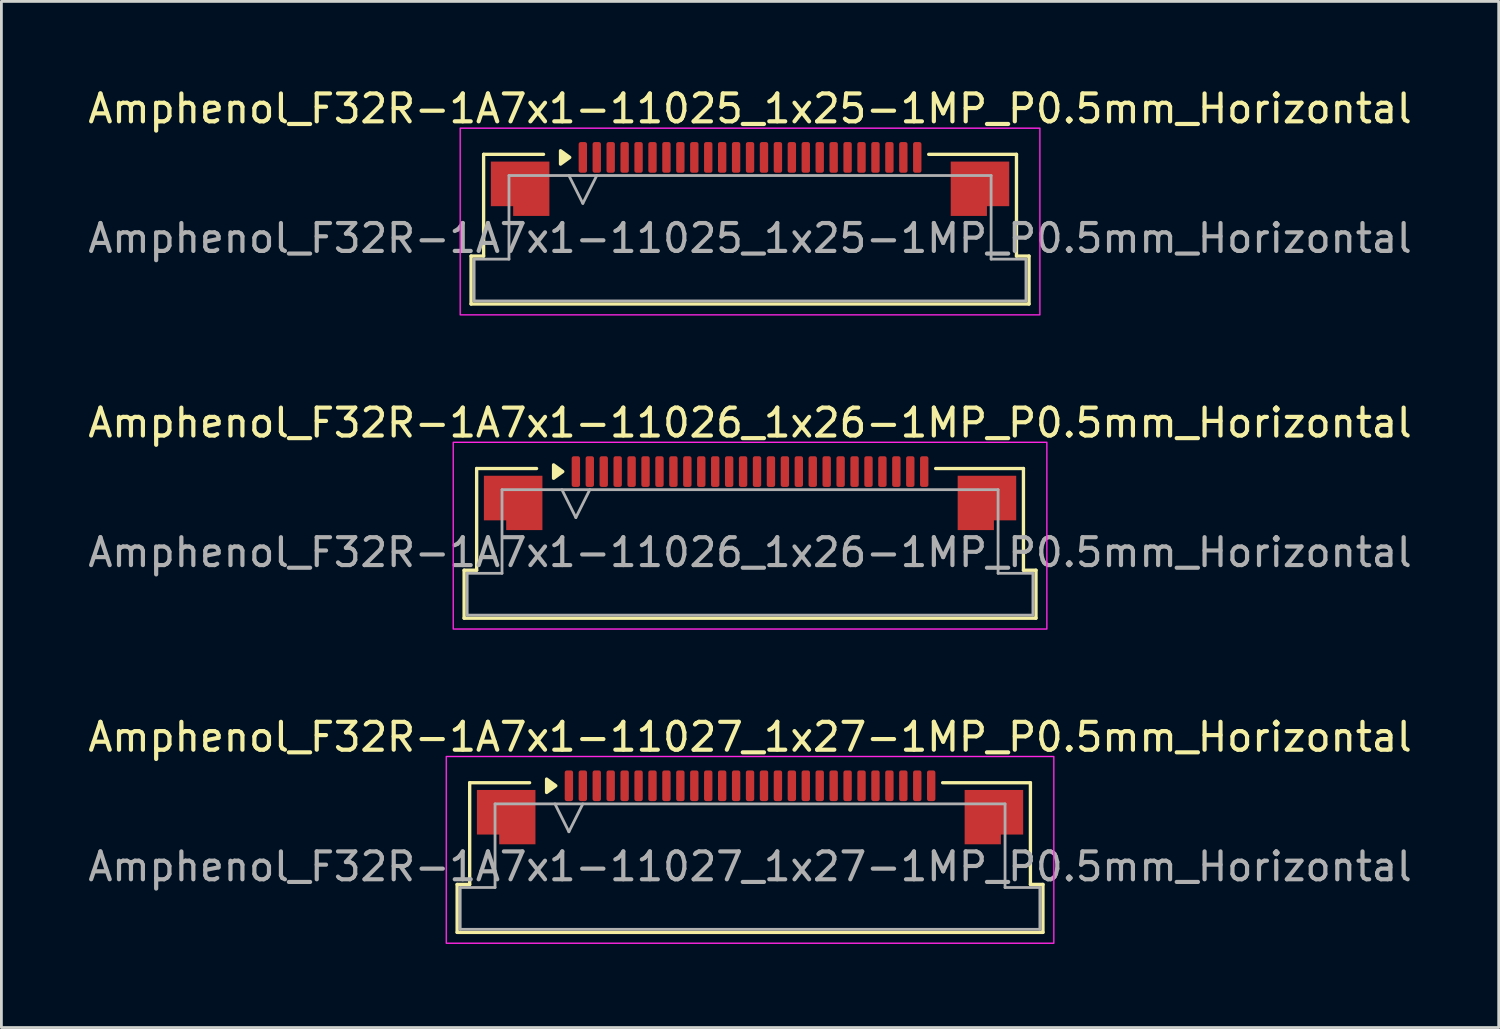
<source format=kicad_pcb>
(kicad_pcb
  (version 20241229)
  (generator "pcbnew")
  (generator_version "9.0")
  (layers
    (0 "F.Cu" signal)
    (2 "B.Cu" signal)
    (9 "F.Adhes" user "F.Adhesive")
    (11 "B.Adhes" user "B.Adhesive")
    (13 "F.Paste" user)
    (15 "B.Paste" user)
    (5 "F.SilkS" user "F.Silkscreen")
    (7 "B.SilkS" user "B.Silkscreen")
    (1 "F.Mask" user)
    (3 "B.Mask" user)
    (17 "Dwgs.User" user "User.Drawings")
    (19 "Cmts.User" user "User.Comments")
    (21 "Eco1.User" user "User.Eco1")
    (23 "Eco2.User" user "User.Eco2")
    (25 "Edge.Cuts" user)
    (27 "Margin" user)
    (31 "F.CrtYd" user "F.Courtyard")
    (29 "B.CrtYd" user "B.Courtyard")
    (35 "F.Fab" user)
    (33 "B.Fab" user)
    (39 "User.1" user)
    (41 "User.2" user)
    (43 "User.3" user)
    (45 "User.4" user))
  (footprint "Amphenol_F32R-1A7x1-11027_1x27-1MP_P0.5mm_Horizontal"
    (layer "F.Cu")
    (at 23.863 28.045)
    (property "Reference" "Amphenol_F32R-1A7x1-11027_1x27-1MP_P0.5mm_Horizontal" (at 0 -4.65 0) (layer "F.SilkS") (effects (font (size 1 1) (thickness 0.15))))
    (attr smd)
    (fp_line (start -10.51 0.64) (end -10.06 0.64) (stroke (width 0.12) (type solid)) (layer "F.SilkS"))
    (fp_line (start -10.51 2.36) (end -10.51 0.64) (stroke (width 0.12) (type solid)) (layer "F.SilkS"))
    (fp_line (start -10.06 -3.01) (end -7.91 -3.01) (stroke (width 0.12) (type solid)) (layer "F.SilkS"))
    (fp_line (start -10.06 0.64) (end -10.06 -3.01) (stroke (width 0.12) (type solid)) (layer "F.SilkS"))
    (fp_line (start 6.91 -3.01) (end 10.06 -3.01) (stroke (width 0.12) (type solid)) (layer "F.SilkS"))
    (fp_line (start 10.06 -3.01) (end 10.06 0.64) (stroke (width 0.12) (type solid)) (layer "F.SilkS"))
    (fp_line (start 10.06 0.64) (end 10.51 0.64) (stroke (width 0.12) (type solid)) (layer "F.SilkS"))
    (fp_line (start 10.51 0.64) (end 10.51 2.36) (stroke (width 0.12) (type solid)) (layer "F.SilkS"))
    (fp_line (start 10.51 2.36) (end -10.51 2.36) (stroke (width 0.12) (type solid)) (layer "F.SilkS"))
    (fp_poly (pts (xy -6.97 -2.9) (xy -7.3 -2.66) (xy -7.3 -3.14)) (stroke (width 0.12) (type solid)) (fill yes) (layer "F.SilkS"))
    (fp_rect (start -10.9 -3.95) (end 10.9 2.75) (stroke (width 0.05) (type solid)) (fill no) (layer "F.CrtYd"))
    (fp_line (start -10.4 0.75) (end -9.15 0.75) (stroke (width 0.1) (type solid)) (layer "F.Fab"))
    (fp_line (start -10.4 2.25) (end -10.4 0.75) (stroke (width 0.1) (type solid)) (layer "F.Fab"))
    (fp_line (start -9.15 -2.25) (end 9.15 -2.25) (stroke (width 0.1) (type solid)) (layer "F.Fab"))
    (fp_line (start -9.15 0.75) (end -9.15 -2.25) (stroke (width 0.1) (type solid)) (layer "F.Fab"))
    (fp_line (start -7 -2.25) (end -6.5 -1.25) (stroke (width 0.1) (type solid)) (layer "F.Fab"))
    (fp_line (start -6.5 -1.25) (end -6 -2.25) (stroke (width 0.1) (type solid)) (layer "F.Fab"))
    (fp_line (start 9.15 -2.25) (end 9.15 0.75) (stroke (width 0.1) (type solid)) (layer "F.Fab"))
    (fp_line (start 9.15 0.75) (end 10.4 0.75) (stroke (width 0.1) (type solid)) (layer "F.Fab"))
    (fp_line (start 10.4 0.75) (end 10.4 2.25) (stroke (width 0.1) (type solid)) (layer "F.Fab"))
    (fp_line (start 10.4 2.25) (end -10.4 2.25) (stroke (width 0.1) (type solid)) (layer "F.Fab"))
    (fp_text user "${REFERENCE}" (at 0 0 0) (layer "F.Fab") (effects (font (size 1 1) (thickness 0.15))))
    (pad "1" smd roundrect (at -6.5 -2.9) (size 0.3 1.1) (layers "F.Cu" "F.Mask" "F.Paste") (roundrect_rratio 0.25))
    (pad "2" smd roundrect (at -6 -2.9) (size 0.3 1.1) (layers "F.Cu" "F.Mask" "F.Paste") (roundrect_rratio 0.25))
    (pad "3" smd roundrect (at -5.5 -2.9) (size 0.3 1.1) (layers "F.Cu" "F.Mask" "F.Paste") (roundrect_rratio 0.25))
    (pad "4" smd roundrect (at -5 -2.9) (size 0.3 1.1) (layers "F.Cu" "F.Mask" "F.Paste") (roundrect_rratio 0.25))
    (pad "5" smd roundrect (at -4.5 -2.9) (size 0.3 1.1) (layers "F.Cu" "F.Mask" "F.Paste") (roundrect_rratio 0.25))
    (pad "6" smd roundrect (at -4 -2.9) (size 0.3 1.1) (layers "F.Cu" "F.Mask" "F.Paste") (roundrect_rratio 0.25))
    (pad "7" smd roundrect (at -3.5 -2.9) (size 0.3 1.1) (layers "F.Cu" "F.Mask" "F.Paste") (roundrect_rratio 0.25))
    (pad "8" smd roundrect (at -3 -2.9) (size 0.3 1.1) (layers "F.Cu" "F.Mask" "F.Paste") (roundrect_rratio 0.25))
    (pad "9" smd roundrect (at -2.5 -2.9) (size 0.3 1.1) (layers "F.Cu" "F.Mask" "F.Paste") (roundrect_rratio 0.25))
    (pad "10" smd roundrect (at -2 -2.9) (size 0.3 1.1) (layers "F.Cu" "F.Mask" "F.Paste") (roundrect_rratio 0.25))
    (pad "11" smd roundrect (at -1.5 -2.9) (size 0.3 1.1) (layers "F.Cu" "F.Mask" "F.Paste") (roundrect_rratio 0.25))
    (pad "12" smd roundrect (at -1 -2.9) (size 0.3 1.1) (layers "F.Cu" "F.Mask" "F.Paste") (roundrect_rratio 0.25))
    (pad "13" smd roundrect (at -0.5 -2.9) (size 0.3 1.1) (layers "F.Cu" "F.Mask" "F.Paste") (roundrect_rratio 0.25))
    (pad "14" smd roundrect (at 0 -2.9) (size 0.3 1.1) (layers "F.Cu" "F.Mask" "F.Paste") (roundrect_rratio 0.25))
    (pad "15" smd roundrect (at 0.5 -2.9) (size 0.3 1.1) (layers "F.Cu" "F.Mask" "F.Paste") (roundrect_rratio 0.25))
    (pad "16" smd roundrect (at 1 -2.9) (size 0.3 1.1) (layers "F.Cu" "F.Mask" "F.Paste") (roundrect_rratio 0.25))
    (pad "17" smd roundrect (at 1.5 -2.9) (size 0.3 1.1) (layers "F.Cu" "F.Mask" "F.Paste") (roundrect_rratio 0.25))
    (pad "18" smd roundrect (at 2 -2.9) (size 0.3 1.1) (layers "F.Cu" "F.Mask" "F.Paste") (roundrect_rratio 0.25))
    (pad "19" smd roundrect (at 2.5 -2.9) (size 0.3 1.1) (layers "F.Cu" "F.Mask" "F.Paste") (roundrect_rratio 0.25))
    (pad "20" smd roundrect (at 3 -2.9) (size 0.3 1.1) (layers "F.Cu" "F.Mask" "F.Paste") (roundrect_rratio 0.25))
    (pad "21" smd roundrect (at 3.5 -2.9) (size 0.3 1.1) (layers "F.Cu" "F.Mask" "F.Paste") (roundrect_rratio 0.25))
    (pad "22" smd roundrect (at 4 -2.9) (size 0.3 1.1) (layers "F.Cu" "F.Mask" "F.Paste") (roundrect_rratio 0.25))
    (pad "23" smd roundrect (at 4.5 -2.9) (size 0.3 1.1) (layers "F.Cu" "F.Mask" "F.Paste") (roundrect_rratio 0.25))
    (pad "24" smd roundrect (at 5 -2.9) (size 0.3 1.1) (layers "F.Cu" "F.Mask" "F.Paste") (roundrect_rratio 0.25))
    (pad "25" smd roundrect (at 5.5 -2.9) (size 0.3 1.1) (layers "F.Cu" "F.Mask" "F.Paste") (roundrect_rratio 0.25))
    (pad "26" smd roundrect (at 6 -2.9) (size 0.3 1.1) (layers "F.Cu" "F.Mask" "F.Paste") (roundrect_rratio 0.25))
    (pad "27" smd roundrect (at 6.5 -2.9) (size 0.3 1.1) (layers "F.Cu" "F.Mask" "F.Paste") (roundrect_rratio 0.25))
    (pad "MP" smd custom (at -8.75 -1.775) (size 1 1) (layers "F.Cu" "F.Mask" "F.Paste") (options (anchor circle)) (primitives (gr_poly (pts (xy 1.05 -0.975) (xy 1.05 0.975) (xy -0.25 0.975) (xy -0.25 0.625) (xy -1.05 0.625) (xy -1.05 -0.975)) (width 0) (fill yes))))
    (pad "MP" smd custom (at 8.75 -1.775) (size 1 1) (layers "F.Cu" "F.Mask" "F.Paste") (options (anchor circle)) (primitives (gr_poly (pts (xy -1.05 -0.975) (xy -1.05 0.975) (xy 0.25 0.975) (xy 0.25 0.625) (xy 1.05 0.625) (xy 1.05 -0.975)) (width 0) (fill yes)))))
  (footprint "Amphenol_F32R-1A7x1-11026_1x26-1MP_P0.5mm_Horizontal"
    (layer "F.Cu")
    (at 23.863 16.771)
    (property "Reference" "Amphenol_F32R-1A7x1-11026_1x26-1MP_P0.5mm_Horizontal" (at 0 -4.65 0) (layer "F.SilkS") (effects (font (size 1 1) (thickness 0.15))))
    (attr smd)
    (fp_line (start -10.26 0.64) (end -9.81 0.64) (stroke (width 0.12) (type solid)) (layer "F.SilkS"))
    (fp_line (start -10.26 2.36) (end -10.26 0.64) (stroke (width 0.12) (type solid)) (layer "F.SilkS"))
    (fp_line (start -9.81 -3.01) (end -7.66 -3.01) (stroke (width 0.12) (type solid)) (layer "F.SilkS"))
    (fp_line (start -9.81 0.64) (end -9.81 -3.01) (stroke (width 0.12) (type solid)) (layer "F.SilkS"))
    (fp_line (start 6.66 -3.01) (end 9.81 -3.01) (stroke (width 0.12) (type solid)) (layer "F.SilkS"))
    (fp_line (start 9.81 -3.01) (end 9.81 0.64) (stroke (width 0.12) (type solid)) (layer "F.SilkS"))
    (fp_line (start 9.81 0.64) (end 10.26 0.64) (stroke (width 0.12) (type solid)) (layer "F.SilkS"))
    (fp_line (start 10.26 0.64) (end 10.26 2.36) (stroke (width 0.12) (type solid)) (layer "F.SilkS"))
    (fp_line (start 10.26 2.36) (end -10.26 2.36) (stroke (width 0.12) (type solid)) (layer "F.SilkS"))
    (fp_poly (pts (xy -6.72 -2.9) (xy -7.05 -2.66) (xy -7.05 -3.14)) (stroke (width 0.12) (type solid)) (fill yes) (layer "F.SilkS"))
    (fp_rect (start -10.65 -3.95) (end 10.65 2.75) (stroke (width 0.05) (type solid)) (fill no) (layer "F.CrtYd"))
    (fp_line (start -10.15 0.75) (end -8.9 0.75) (stroke (width 0.1) (type solid)) (layer "F.Fab"))
    (fp_line (start -10.15 2.25) (end -10.15 0.75) (stroke (width 0.1) (type solid)) (layer "F.Fab"))
    (fp_line (start -8.9 -2.25) (end 8.9 -2.25) (stroke (width 0.1) (type solid)) (layer "F.Fab"))
    (fp_line (start -8.9 0.75) (end -8.9 -2.25) (stroke (width 0.1) (type solid)) (layer "F.Fab"))
    (fp_line (start -6.75 -2.25) (end -6.25 -1.25) (stroke (width 0.1) (type solid)) (layer "F.Fab"))
    (fp_line (start -6.25 -1.25) (end -5.75 -2.25) (stroke (width 0.1) (type solid)) (layer "F.Fab"))
    (fp_line (start 8.9 -2.25) (end 8.9 0.75) (stroke (width 0.1) (type solid)) (layer "F.Fab"))
    (fp_line (start 8.9 0.75) (end 10.15 0.75) (stroke (width 0.1) (type solid)) (layer "F.Fab"))
    (fp_line (start 10.15 0.75) (end 10.15 2.25) (stroke (width 0.1) (type solid)) (layer "F.Fab"))
    (fp_line (start 10.15 2.25) (end -10.15 2.25) (stroke (width 0.1) (type solid)) (layer "F.Fab"))
    (fp_text user "${REFERENCE}" (at 0 0 0) (layer "F.Fab") (effects (font (size 1 1) (thickness 0.15))))
    (pad "1" smd roundrect (at -6.25 -2.9) (size 0.3 1.1) (layers "F.Cu" "F.Mask" "F.Paste") (roundrect_rratio 0.25))
    (pad "2" smd roundrect (at -5.75 -2.9) (size 0.3 1.1) (layers "F.Cu" "F.Mask" "F.Paste") (roundrect_rratio 0.25))
    (pad "3" smd roundrect (at -5.25 -2.9) (size 0.3 1.1) (layers "F.Cu" "F.Mask" "F.Paste") (roundrect_rratio 0.25))
    (pad "4" smd roundrect (at -4.75 -2.9) (size 0.3 1.1) (layers "F.Cu" "F.Mask" "F.Paste") (roundrect_rratio 0.25))
    (pad "5" smd roundrect (at -4.25 -2.9) (size 0.3 1.1) (layers "F.Cu" "F.Mask" "F.Paste") (roundrect_rratio 0.25))
    (pad "6" smd roundrect (at -3.75 -2.9) (size 0.3 1.1) (layers "F.Cu" "F.Mask" "F.Paste") (roundrect_rratio 0.25))
    (pad "7" smd roundrect (at -3.25 -2.9) (size 0.3 1.1) (layers "F.Cu" "F.Mask" "F.Paste") (roundrect_rratio 0.25))
    (pad "8" smd roundrect (at -2.75 -2.9) (size 0.3 1.1) (layers "F.Cu" "F.Mask" "F.Paste") (roundrect_rratio 0.25))
    (pad "9" smd roundrect (at -2.25 -2.9) (size 0.3 1.1) (layers "F.Cu" "F.Mask" "F.Paste") (roundrect_rratio 0.25))
    (pad "10" smd roundrect (at -1.75 -2.9) (size 0.3 1.1) (layers "F.Cu" "F.Mask" "F.Paste") (roundrect_rratio 0.25))
    (pad "11" smd roundrect (at -1.25 -2.9) (size 0.3 1.1) (layers "F.Cu" "F.Mask" "F.Paste") (roundrect_rratio 0.25))
    (pad "12" smd roundrect (at -0.75 -2.9) (size 0.3 1.1) (layers "F.Cu" "F.Mask" "F.Paste") (roundrect_rratio 0.25))
    (pad "13" smd roundrect (at -0.25 -2.9) (size 0.3 1.1) (layers "F.Cu" "F.Mask" "F.Paste") (roundrect_rratio 0.25))
    (pad "14" smd roundrect (at 0.25 -2.9) (size 0.3 1.1) (layers "F.Cu" "F.Mask" "F.Paste") (roundrect_rratio 0.25))
    (pad "15" smd roundrect (at 0.75 -2.9) (size 0.3 1.1) (layers "F.Cu" "F.Mask" "F.Paste") (roundrect_rratio 0.25))
    (pad "16" smd roundrect (at 1.25 -2.9) (size 0.3 1.1) (layers "F.Cu" "F.Mask" "F.Paste") (roundrect_rratio 0.25))
    (pad "17" smd roundrect (at 1.75 -2.9) (size 0.3 1.1) (layers "F.Cu" "F.Mask" "F.Paste") (roundrect_rratio 0.25))
    (pad "18" smd roundrect (at 2.25 -2.9) (size 0.3 1.1) (layers "F.Cu" "F.Mask" "F.Paste") (roundrect_rratio 0.25))
    (pad "19" smd roundrect (at 2.75 -2.9) (size 0.3 1.1) (layers "F.Cu" "F.Mask" "F.Paste") (roundrect_rratio 0.25))
    (pad "20" smd roundrect (at 3.25 -2.9) (size 0.3 1.1) (layers "F.Cu" "F.Mask" "F.Paste") (roundrect_rratio 0.25))
    (pad "21" smd roundrect (at 3.75 -2.9) (size 0.3 1.1) (layers "F.Cu" "F.Mask" "F.Paste") (roundrect_rratio 0.25))
    (pad "22" smd roundrect (at 4.25 -2.9) (size 0.3 1.1) (layers "F.Cu" "F.Mask" "F.Paste") (roundrect_rratio 0.25))
    (pad "23" smd roundrect (at 4.75 -2.9) (size 0.3 1.1) (layers "F.Cu" "F.Mask" "F.Paste") (roundrect_rratio 0.25))
    (pad "24" smd roundrect (at 5.25 -2.9) (size 0.3 1.1) (layers "F.Cu" "F.Mask" "F.Paste") (roundrect_rratio 0.25))
    (pad "25" smd roundrect (at 5.75 -2.9) (size 0.3 1.1) (layers "F.Cu" "F.Mask" "F.Paste") (roundrect_rratio 0.25))
    (pad "26" smd roundrect (at 6.25 -2.9) (size 0.3 1.1) (layers "F.Cu" "F.Mask" "F.Paste") (roundrect_rratio 0.25))
    (pad "MP" smd custom (at -8.5 -1.775) (size 1 1) (layers "F.Cu" "F.Mask" "F.Paste") (options (anchor circle)) (primitives (gr_poly (pts (xy 1.05 -0.975) (xy 1.05 0.975) (xy -0.25 0.975) (xy -0.25 0.625) (xy -1.05 0.625) (xy -1.05 -0.975)) (width 0) (fill yes))))
    (pad "MP" smd custom (at 8.5 -1.775) (size 1 1) (layers "F.Cu" "F.Mask" "F.Paste") (options (anchor circle)) (primitives (gr_poly (pts (xy -1.05 -0.975) (xy -1.05 0.975) (xy 0.25 0.975) (xy 0.25 0.625) (xy 1.05 0.625) (xy 1.05 -0.975)) (width 0) (fill yes)))))
  (footprint "Amphenol_F32R-1A7x1-11025_1x25-1MP_P0.5mm_Horizontal"
    (layer "F.Cu")
    (at 23.863 5.498)
    (property "Reference" "Amphenol_F32R-1A7x1-11025_1x25-1MP_P0.5mm_Horizontal" (at 0 -4.65 0) (layer "F.SilkS") (effects (font (size 1 1) (thickness 0.15))))
    (attr smd)
    (fp_line (start -10.01 0.64) (end -9.56 0.64) (stroke (width 0.12) (type solid)) (layer "F.SilkS"))
    (fp_line (start -10.01 2.36) (end -10.01 0.64) (stroke (width 0.12) (type solid)) (layer "F.SilkS"))
    (fp_line (start -9.56 -3.01) (end -7.41 -3.01) (stroke (width 0.12) (type solid)) (layer "F.SilkS"))
    (fp_line (start -9.56 0.64) (end -9.56 -3.01) (stroke (width 0.12) (type solid)) (layer "F.SilkS"))
    (fp_line (start 6.41 -3.01) (end 9.56 -3.01) (stroke (width 0.12) (type solid)) (layer "F.SilkS"))
    (fp_line (start 9.56 -3.01) (end 9.56 0.64) (stroke (width 0.12) (type solid)) (layer "F.SilkS"))
    (fp_line (start 9.56 0.64) (end 10.01 0.64) (stroke (width 0.12) (type solid)) (layer "F.SilkS"))
    (fp_line (start 10.01 0.64) (end 10.01 2.36) (stroke (width 0.12) (type solid)) (layer "F.SilkS"))
    (fp_line (start 10.01 2.36) (end -10.01 2.36) (stroke (width 0.12) (type solid)) (layer "F.SilkS"))
    (fp_poly (pts (xy -6.47 -2.9) (xy -6.8 -2.66) (xy -6.8 -3.14)) (stroke (width 0.12) (type solid)) (fill yes) (layer "F.SilkS"))
    (fp_rect (start -10.4 -3.95) (end 10.4 2.75) (stroke (width 0.05) (type solid)) (fill no) (layer "F.CrtYd"))
    (fp_line (start -9.9 0.75) (end -8.65 0.75) (stroke (width 0.1) (type solid)) (layer "F.Fab"))
    (fp_line (start -9.9 2.25) (end -9.9 0.75) (stroke (width 0.1) (type solid)) (layer "F.Fab"))
    (fp_line (start -8.65 -2.25) (end 8.65 -2.25) (stroke (width 0.1) (type solid)) (layer "F.Fab"))
    (fp_line (start -8.65 0.75) (end -8.65 -2.25) (stroke (width 0.1) (type solid)) (layer "F.Fab"))
    (fp_line (start -6.5 -2.25) (end -6 -1.25) (stroke (width 0.1) (type solid)) (layer "F.Fab"))
    (fp_line (start -6 -1.25) (end -5.5 -2.25) (stroke (width 0.1) (type solid)) (layer "F.Fab"))
    (fp_line (start 8.65 -2.25) (end 8.65 0.75) (stroke (width 0.1) (type solid)) (layer "F.Fab"))
    (fp_line (start 8.65 0.75) (end 9.9 0.75) (stroke (width 0.1) (type solid)) (layer "F.Fab"))
    (fp_line (start 9.9 0.75) (end 9.9 2.25) (stroke (width 0.1) (type solid)) (layer "F.Fab"))
    (fp_line (start 9.9 2.25) (end -9.9 2.25) (stroke (width 0.1) (type solid)) (layer "F.Fab"))
    (fp_text user "${REFERENCE}" (at 0 0 0) (layer "F.Fab") (effects (font (size 1 1) (thickness 0.15))))
    (pad "1" smd roundrect (at -6 -2.9) (size 0.3 1.1) (layers "F.Cu" "F.Mask" "F.Paste") (roundrect_rratio 0.25))
    (pad "2" smd roundrect (at -5.5 -2.9) (size 0.3 1.1) (layers "F.Cu" "F.Mask" "F.Paste") (roundrect_rratio 0.25))
    (pad "3" smd roundrect (at -5 -2.9) (size 0.3 1.1) (layers "F.Cu" "F.Mask" "F.Paste") (roundrect_rratio 0.25))
    (pad "4" smd roundrect (at -4.5 -2.9) (size 0.3 1.1) (layers "F.Cu" "F.Mask" "F.Paste") (roundrect_rratio 0.25))
    (pad "5" smd roundrect (at -4 -2.9) (size 0.3 1.1) (layers "F.Cu" "F.Mask" "F.Paste") (roundrect_rratio 0.25))
    (pad "6" smd roundrect (at -3.5 -2.9) (size 0.3 1.1) (layers "F.Cu" "F.Mask" "F.Paste") (roundrect_rratio 0.25))
    (pad "7" smd roundrect (at -3 -2.9) (size 0.3 1.1) (layers "F.Cu" "F.Mask" "F.Paste") (roundrect_rratio 0.25))
    (pad "8" smd roundrect (at -2.5 -2.9) (size 0.3 1.1) (layers "F.Cu" "F.Mask" "F.Paste") (roundrect_rratio 0.25))
    (pad "9" smd roundrect (at -2 -2.9) (size 0.3 1.1) (layers "F.Cu" "F.Mask" "F.Paste") (roundrect_rratio 0.25))
    (pad "10" smd roundrect (at -1.5 -2.9) (size 0.3 1.1) (layers "F.Cu" "F.Mask" "F.Paste") (roundrect_rratio 0.25))
    (pad "11" smd roundrect (at -1 -2.9) (size 0.3 1.1) (layers "F.Cu" "F.Mask" "F.Paste") (roundrect_rratio 0.25))
    (pad "12" smd roundrect (at -0.5 -2.9) (size 0.3 1.1) (layers "F.Cu" "F.Mask" "F.Paste") (roundrect_rratio 0.25))
    (pad "13" smd roundrect (at 0 -2.9) (size 0.3 1.1) (layers "F.Cu" "F.Mask" "F.Paste") (roundrect_rratio 0.25))
    (pad "14" smd roundrect (at 0.5 -2.9) (size 0.3 1.1) (layers "F.Cu" "F.Mask" "F.Paste") (roundrect_rratio 0.25))
    (pad "15" smd roundrect (at 1 -2.9) (size 0.3 1.1) (layers "F.Cu" "F.Mask" "F.Paste") (roundrect_rratio 0.25))
    (pad "16" smd roundrect (at 1.5 -2.9) (size 0.3 1.1) (layers "F.Cu" "F.Mask" "F.Paste") (roundrect_rratio 0.25))
    (pad "17" smd roundrect (at 2 -2.9) (size 0.3 1.1) (layers "F.Cu" "F.Mask" "F.Paste") (roundrect_rratio 0.25))
    (pad "18" smd roundrect (at 2.5 -2.9) (size 0.3 1.1) (layers "F.Cu" "F.Mask" "F.Paste") (roundrect_rratio 0.25))
    (pad "19" smd roundrect (at 3 -2.9) (size 0.3 1.1) (layers "F.Cu" "F.Mask" "F.Paste") (roundrect_rratio 0.25))
    (pad "20" smd roundrect (at 3.5 -2.9) (size 0.3 1.1) (layers "F.Cu" "F.Mask" "F.Paste") (roundrect_rratio 0.25))
    (pad "21" smd roundrect (at 4 -2.9) (size 0.3 1.1) (layers "F.Cu" "F.Mask" "F.Paste") (roundrect_rratio 0.25))
    (pad "22" smd roundrect (at 4.5 -2.9) (size 0.3 1.1) (layers "F.Cu" "F.Mask" "F.Paste") (roundrect_rratio 0.25))
    (pad "23" smd roundrect (at 5 -2.9) (size 0.3 1.1) (layers "F.Cu" "F.Mask" "F.Paste") (roundrect_rratio 0.25))
    (pad "24" smd roundrect (at 5.5 -2.9) (size 0.3 1.1) (layers "F.Cu" "F.Mask" "F.Paste") (roundrect_rratio 0.25))
    (pad "25" smd roundrect (at 6 -2.9) (size 0.3 1.1) (layers "F.Cu" "F.Mask" "F.Paste") (roundrect_rratio 0.25))
    (pad "MP" smd custom (at -8.25 -1.775) (size 1 1) (layers "F.Cu" "F.Mask" "F.Paste") (options (anchor circle)) (primitives (gr_poly (pts (xy 1.05 -0.975) (xy 1.05 0.975) (xy -0.25 0.975) (xy -0.25 0.625) (xy -1.05 0.625) (xy -1.05 -0.975)) (width 0) (fill yes))))
    (pad "MP" smd custom (at 8.25 -1.775) (size 1 1) (layers "F.Cu" "F.Mask" "F.Paste") (options (anchor circle)) (primitives (gr_poly (pts (xy -1.05 -0.975) (xy -1.05 0.975) (xy 0.25 0.975) (xy 0.25 0.625) (xy 1.05 0.625) (xy 1.05 -0.975)) (width 0) (fill yes)))))
  (gr_rect
    (start -3 -3)
    (end 50.726 33.82)
    (stroke (width 0.1) (type default))
    (fill no)
    (layer "Edge.Cuts")))
</source>
